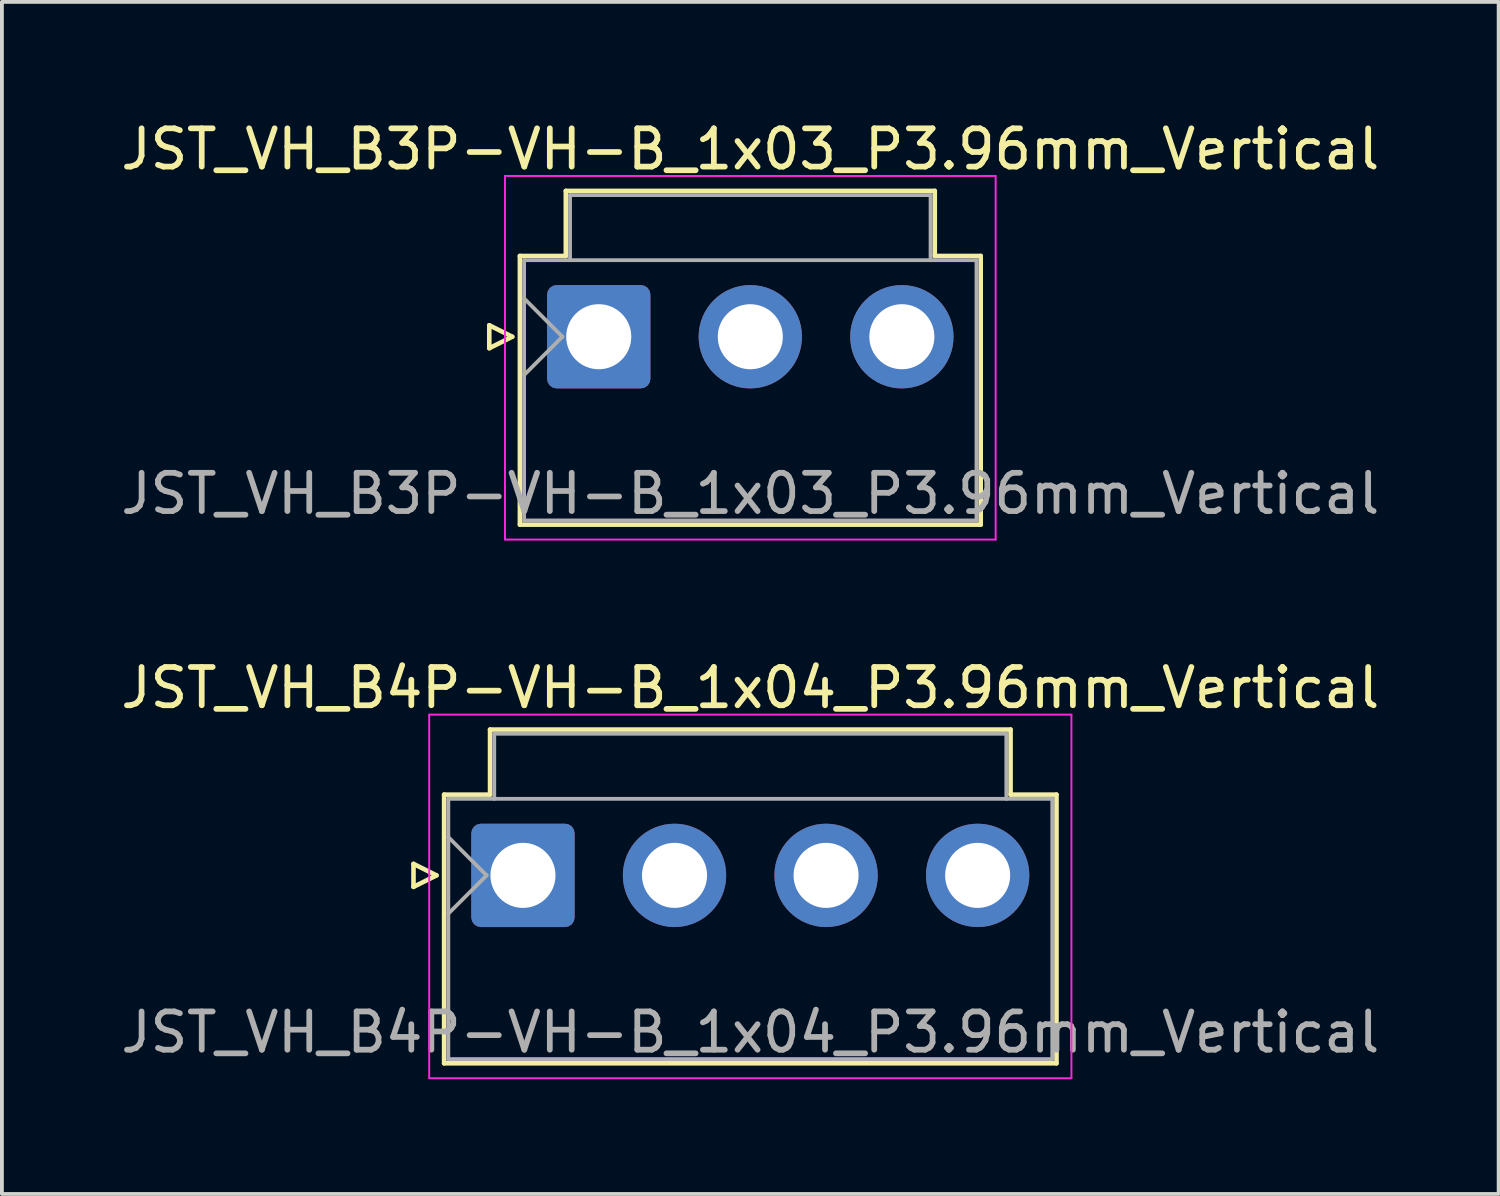
<source format=kicad_pcb>
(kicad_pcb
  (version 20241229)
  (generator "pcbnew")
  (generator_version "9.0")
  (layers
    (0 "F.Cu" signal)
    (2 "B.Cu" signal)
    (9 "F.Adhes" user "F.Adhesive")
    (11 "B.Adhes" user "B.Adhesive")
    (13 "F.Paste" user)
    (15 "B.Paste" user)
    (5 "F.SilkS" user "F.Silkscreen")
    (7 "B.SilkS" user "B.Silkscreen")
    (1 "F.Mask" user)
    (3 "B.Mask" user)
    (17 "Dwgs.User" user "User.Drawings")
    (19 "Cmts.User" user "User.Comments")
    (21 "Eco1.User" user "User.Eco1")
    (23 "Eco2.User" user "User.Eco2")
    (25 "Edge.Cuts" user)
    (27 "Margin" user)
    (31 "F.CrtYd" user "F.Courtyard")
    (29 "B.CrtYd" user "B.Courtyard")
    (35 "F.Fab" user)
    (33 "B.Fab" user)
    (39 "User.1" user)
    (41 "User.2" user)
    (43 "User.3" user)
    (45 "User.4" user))
  (footprint "JST_VH_B4P-VH-B_1x04_P3.96mm_Vertical"
    (layer "F.Cu")
    (at 10.614 19.822)
    (property "Reference" "JST_VH_B4P-VH-B_1x04_P3.96mm_Vertical" (at 5.94 -4.9 180) (layer "F.SilkS") (effects (font (size 1 1) (thickness 0.15))))
    (attr through_hole)
    (fp_line (start -2.86 -0.3) (end -2.26 0) (stroke (width 0.12) (type solid)) (layer "F.SilkS"))
    (fp_line (start -2.86 0.3) (end -2.86 -0.3) (stroke (width 0.12) (type solid)) (layer "F.SilkS"))
    (fp_line (start -2.26 0) (end -2.86 0.3) (stroke (width 0.12) (type solid)) (layer "F.SilkS"))
    (fp_line (start -2.06 -2.11) (end -0.86 -2.11) (stroke (width 0.12) (type solid)) (layer "F.SilkS"))
    (fp_line (start -2.06 4.91) (end -2.06 -2.11) (stroke (width 0.12) (type solid)) (layer "F.SilkS"))
    (fp_line (start -0.86 -3.81) (end 12.74 -3.81) (stroke (width 0.12) (type solid)) (layer "F.SilkS"))
    (fp_line (start -0.86 -2.11) (end -0.86 -3.81) (stroke (width 0.12) (type solid)) (layer "F.SilkS"))
    (fp_line (start 12.74 -3.81) (end 12.74 -2.11) (stroke (width 0.12) (type solid)) (layer "F.SilkS"))
    (fp_line (start 12.74 -2.11) (end 13.94 -2.11) (stroke (width 0.12) (type solid)) (layer "F.SilkS"))
    (fp_line (start 13.94 -2.11) (end 13.94 4.91) (stroke (width 0.12) (type solid)) (layer "F.SilkS"))
    (fp_line (start 13.94 4.91) (end -2.06 4.91) (stroke (width 0.12) (type solid)) (layer "F.SilkS"))
    (fp_line (start -2.45 -4.2) (end -2.45 5.3) (stroke (width 0.05) (type solid)) (layer "F.CrtYd"))
    (fp_line (start -2.45 5.3) (end 14.33 5.3) (stroke (width 0.05) (type solid)) (layer "F.CrtYd"))
    (fp_line (start 14.33 -4.2) (end -2.45 -4.2) (stroke (width 0.05) (type solid)) (layer "F.CrtYd"))
    (fp_line (start 14.33 5.3) (end 14.33 -4.2) (stroke (width 0.05) (type solid)) (layer "F.CrtYd"))
    (fp_line (start -1.95 -2) (end -1.95 4.8) (stroke (width 0.1) (type solid)) (layer "F.Fab"))
    (fp_line (start -1.95 -1) (end -0.95 0) (stroke (width 0.1) (type solid)) (layer "F.Fab"))
    (fp_line (start -1.95 1) (end -0.95 0) (stroke (width 0.1) (type solid)) (layer "F.Fab"))
    (fp_line (start -1.95 4.8) (end 13.83 4.8) (stroke (width 0.1) (type solid)) (layer "F.Fab"))
    (fp_line (start -0.75 -3.7) (end 12.63 -3.7) (stroke (width 0.1) (type solid)) (layer "F.Fab"))
    (fp_line (start -0.75 -2) (end -0.75 -3.7) (stroke (width 0.1) (type solid)) (layer "F.Fab"))
    (fp_line (start 12.63 -3.7) (end 12.63 -2) (stroke (width 0.1) (type solid)) (layer "F.Fab"))
    (fp_line (start 13.83 -2) (end -1.95 -2) (stroke (width 0.1) (type solid)) (layer "F.Fab"))
    (fp_line (start 13.83 4.8) (end 13.83 -2) (stroke (width 0.1) (type solid)) (layer "F.Fab"))
    (fp_text user "${REFERENCE}" (at 5.94 4.1 180) (layer "F.Fab") (effects (font (size 1 1) (thickness 0.15))))
    (pad "1" thru_hole roundrect (at 0 0) (size 2.7 2.7) (drill 1.7) (layers "*.Cu" "*.Mask") (roundrect_rratio 0.093))
    (pad "2" thru_hole circle (at 3.96 0) (size 2.7 2.7) (drill 1.7) (layers "*.Cu" "*.Mask"))
    (pad "3" thru_hole circle (at 7.92 0) (size 2.7 2.7) (drill 1.7) (layers "*.Cu" "*.Mask"))
    (pad "4" thru_hole circle (at 11.88 0) (size 2.7 2.7) (drill 1.7) (layers "*.Cu" "*.Mask")))
  (footprint "JST_VH_B3P-VH-B_1x03_P3.96mm_Vertical"
    (layer "F.Cu")
    (at 12.594 5.748)
    (property "Reference" "JST_VH_B3P-VH-B_1x03_P3.96mm_Vertical" (at 3.96 -4.9 180) (layer "F.SilkS") (effects (font (size 1 1) (thickness 0.15))))
    (attr through_hole)
    (fp_line (start -2.86 -0.3) (end -2.26 0) (stroke (width 0.12) (type solid)) (layer "F.SilkS"))
    (fp_line (start -2.86 0.3) (end -2.86 -0.3) (stroke (width 0.12) (type solid)) (layer "F.SilkS"))
    (fp_line (start -2.26 0) (end -2.86 0.3) (stroke (width 0.12) (type solid)) (layer "F.SilkS"))
    (fp_line (start -2.06 -2.11) (end -0.86 -2.11) (stroke (width 0.12) (type solid)) (layer "F.SilkS"))
    (fp_line (start -2.06 4.91) (end -2.06 -2.11) (stroke (width 0.12) (type solid)) (layer "F.SilkS"))
    (fp_line (start -0.86 -3.81) (end 8.78 -3.81) (stroke (width 0.12) (type solid)) (layer "F.SilkS"))
    (fp_line (start -0.86 -2.11) (end -0.86 -3.81) (stroke (width 0.12) (type solid)) (layer "F.SilkS"))
    (fp_line (start 8.78 -3.81) (end 8.78 -2.11) (stroke (width 0.12) (type solid)) (layer "F.SilkS"))
    (fp_line (start 8.78 -2.11) (end 9.98 -2.11) (stroke (width 0.12) (type solid)) (layer "F.SilkS"))
    (fp_line (start 9.98 -2.11) (end 9.98 4.91) (stroke (width 0.12) (type solid)) (layer "F.SilkS"))
    (fp_line (start 9.98 4.91) (end -2.06 4.91) (stroke (width 0.12) (type solid)) (layer "F.SilkS"))
    (fp_line (start -2.45 -4.2) (end -2.45 5.3) (stroke (width 0.05) (type solid)) (layer "F.CrtYd"))
    (fp_line (start -2.45 5.3) (end 10.37 5.3) (stroke (width 0.05) (type solid)) (layer "F.CrtYd"))
    (fp_line (start 10.37 -4.2) (end -2.45 -4.2) (stroke (width 0.05) (type solid)) (layer "F.CrtYd"))
    (fp_line (start 10.37 5.3) (end 10.37 -4.2) (stroke (width 0.05) (type solid)) (layer "F.CrtYd"))
    (fp_line (start -1.95 -2) (end -1.95 4.8) (stroke (width 0.1) (type solid)) (layer "F.Fab"))
    (fp_line (start -1.95 -1) (end -0.95 0) (stroke (width 0.1) (type solid)) (layer "F.Fab"))
    (fp_line (start -1.95 1) (end -0.95 0) (stroke (width 0.1) (type solid)) (layer "F.Fab"))
    (fp_line (start -1.95 4.8) (end 9.87 4.8) (stroke (width 0.1) (type solid)) (layer "F.Fab"))
    (fp_line (start -0.75 -3.7) (end 8.67 -3.7) (stroke (width 0.1) (type solid)) (layer "F.Fab"))
    (fp_line (start -0.75 -2) (end -0.75 -3.7) (stroke (width 0.1) (type solid)) (layer "F.Fab"))
    (fp_line (start 8.67 -3.7) (end 8.67 -2) (stroke (width 0.1) (type solid)) (layer "F.Fab"))
    (fp_line (start 9.87 -2) (end -1.95 -2) (stroke (width 0.1) (type solid)) (layer "F.Fab"))
    (fp_line (start 9.87 4.8) (end 9.87 -2) (stroke (width 0.1) (type solid)) (layer "F.Fab"))
    (fp_text user "${REFERENCE}" (at 3.96 4.1 180) (layer "F.Fab") (effects (font (size 1 1) (thickness 0.15))))
    (pad "1" thru_hole roundrect (at 0 0) (size 2.7 2.7) (drill 1.7) (layers "*.Cu" "*.Mask") (roundrect_rratio 0.093))
    (pad "2" thru_hole circle (at 3.96 0) (size 2.7 2.7) (drill 1.7) (layers "*.Cu" "*.Mask"))
    (pad "3" thru_hole circle (at 7.92 0) (size 2.7 2.7) (drill 1.7) (layers "*.Cu" "*.Mask")))
  (gr_rect
    (start -3 -3)
    (end 36.107 28.146)
    (stroke (width 0.1) (type default))
    (fill no)
    (layer "Edge.Cuts")))
</source>
